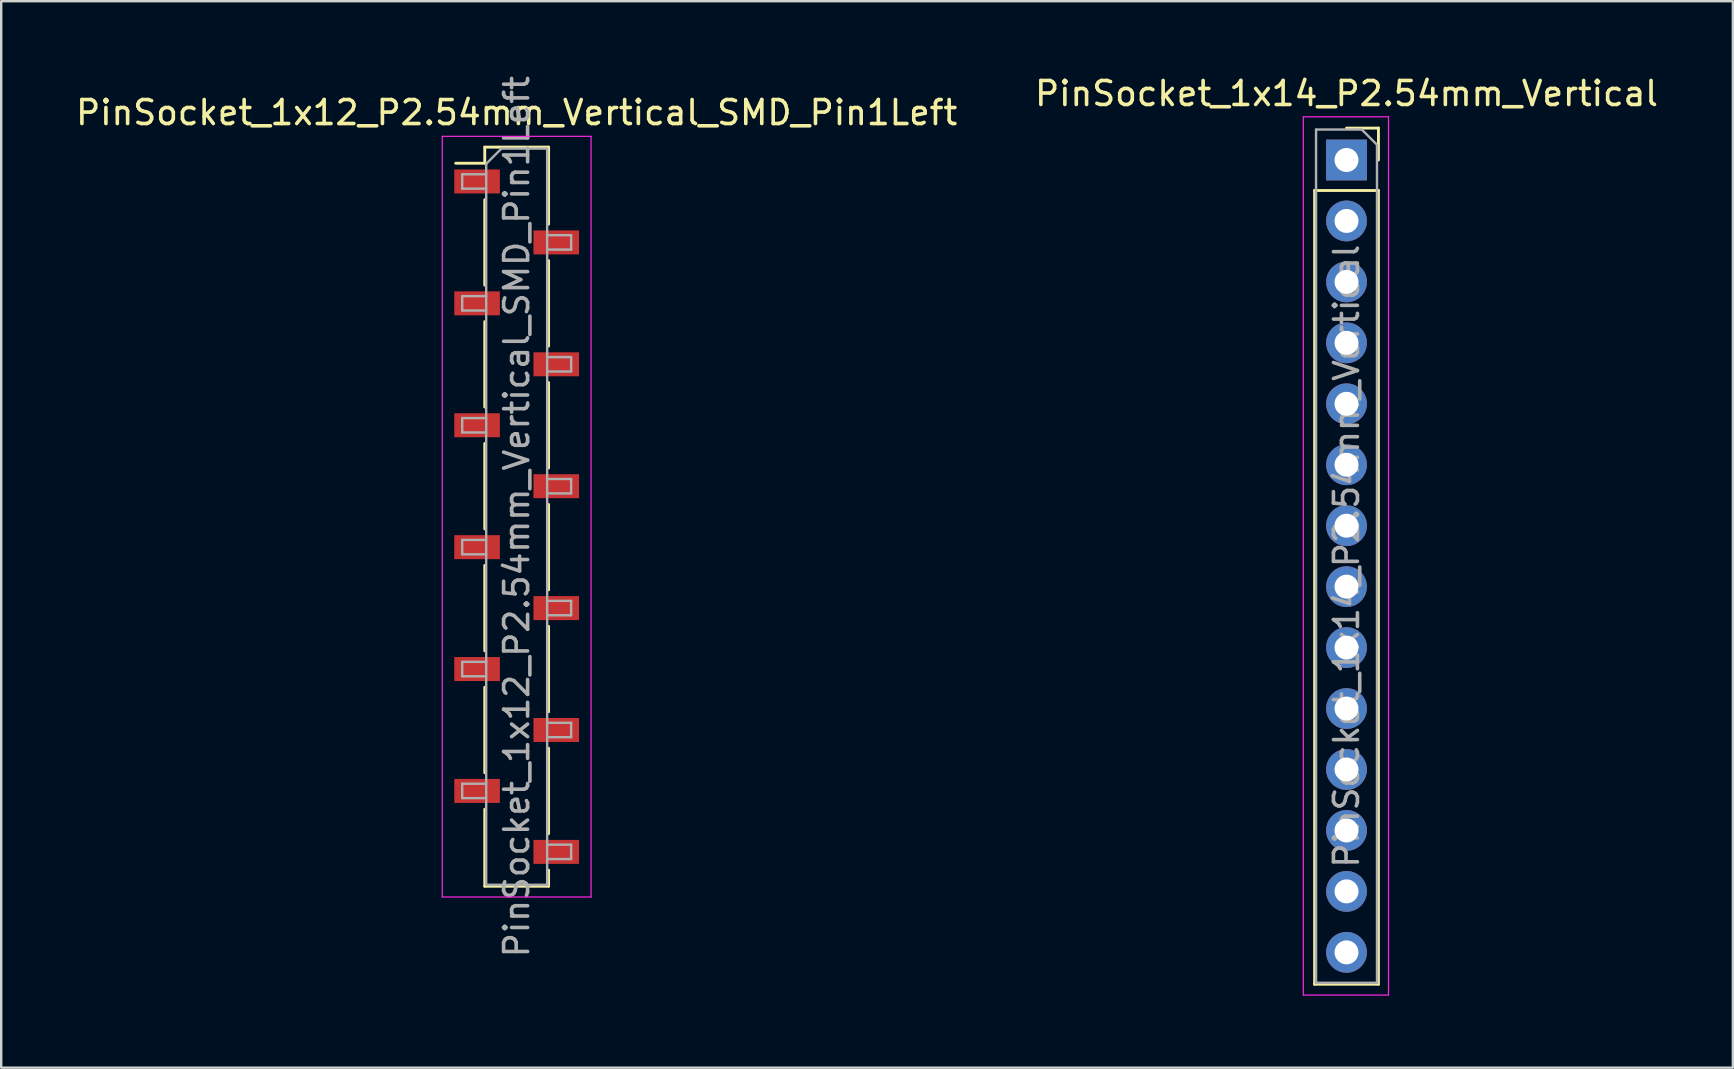
<source format=kicad_pcb>
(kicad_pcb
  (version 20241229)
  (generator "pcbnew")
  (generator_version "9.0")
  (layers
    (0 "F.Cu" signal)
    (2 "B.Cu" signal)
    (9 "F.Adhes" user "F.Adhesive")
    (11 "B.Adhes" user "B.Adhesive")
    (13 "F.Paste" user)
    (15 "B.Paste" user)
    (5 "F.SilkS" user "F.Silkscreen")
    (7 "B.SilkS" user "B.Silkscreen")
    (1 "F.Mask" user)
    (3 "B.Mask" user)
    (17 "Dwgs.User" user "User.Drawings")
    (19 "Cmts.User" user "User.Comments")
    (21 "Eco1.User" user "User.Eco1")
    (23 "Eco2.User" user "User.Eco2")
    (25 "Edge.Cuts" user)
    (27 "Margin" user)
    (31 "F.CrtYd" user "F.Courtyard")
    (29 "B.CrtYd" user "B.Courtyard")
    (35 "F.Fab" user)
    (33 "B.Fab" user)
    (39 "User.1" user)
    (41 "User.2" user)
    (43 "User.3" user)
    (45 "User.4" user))
  (footprint "PinSocket_1x14_P2.54mm_Vertical"
    (layer "F.Cu")
    (at 53.065 3.618)
    (property "Reference" "PinSocket_1x14_P2.54mm_Vertical" (at 0 -2.77 0) (layer "F.SilkS") (effects (font (size 1 1) (thickness 0.15))))
    (attr through_hole)
    (fp_line (start -1.33 1.27) (end -1.33 34.35) (stroke (width 0.12) (type solid)) (layer "F.SilkS"))
    (fp_line (start -1.33 1.27) (end 1.33 1.27) (stroke (width 0.12) (type solid)) (layer "F.SilkS"))
    (fp_line (start -1.33 34.35) (end 1.33 34.35) (stroke (width 0.12) (type solid)) (layer "F.SilkS"))
    (fp_line (start 0 -1.33) (end 1.33 -1.33) (stroke (width 0.12) (type solid)) (layer "F.SilkS"))
    (fp_line (start 1.33 -1.33) (end 1.33 0) (stroke (width 0.12) (type solid)) (layer "F.SilkS"))
    (fp_line (start 1.33 1.27) (end 1.33 34.35) (stroke (width 0.12) (type solid)) (layer "F.SilkS"))
    (fp_line (start -1.8 -1.8) (end 1.75 -1.8) (stroke (width 0.05) (type solid)) (layer "F.CrtYd"))
    (fp_line (start -1.8 34.8) (end -1.8 -1.8) (stroke (width 0.05) (type solid)) (layer "F.CrtYd"))
    (fp_line (start 1.75 -1.8) (end 1.75 34.8) (stroke (width 0.05) (type solid)) (layer "F.CrtYd"))
    (fp_line (start 1.75 34.8) (end -1.8 34.8) (stroke (width 0.05) (type solid)) (layer "F.CrtYd"))
    (fp_line (start -1.27 -1.27) (end 0.635 -1.27) (stroke (width 0.1) (type solid)) (layer "F.Fab"))
    (fp_line (start -1.27 34.29) (end -1.27 -1.27) (stroke (width 0.1) (type solid)) (layer "F.Fab"))
    (fp_line (start 0.635 -1.27) (end 1.27 -0.635) (stroke (width 0.1) (type solid)) (layer "F.Fab"))
    (fp_line (start 1.27 -0.635) (end 1.27 34.29) (stroke (width 0.1) (type solid)) (layer "F.Fab"))
    (fp_line (start 1.27 34.29) (end -1.27 34.29) (stroke (width 0.1) (type solid)) (layer "F.Fab"))
    (fp_text user "${REFERENCE}" (at 0 16.51 90) (layer "F.Fab") (effects (font (size 1 1) (thickness 0.15))))
    (pad "1" thru_hole rect (at 0 0) (size 1.7 1.7) (drill 1) (layers "*.Cu" "*.Mask"))
    (pad "2" thru_hole oval (at 0 2.54) (size 1.7 1.7) (drill 1) (layers "*.Cu" "*.Mask"))
    (pad "3" thru_hole oval (at 0 5.08) (size 1.7 1.7) (drill 1) (layers "*.Cu" "*.Mask"))
    (pad "4" thru_hole oval (at 0 7.62) (size 1.7 1.7) (drill 1) (layers "*.Cu" "*.Mask"))
    (pad "5" thru_hole oval (at 0 10.16) (size 1.7 1.7) (drill 1) (layers "*.Cu" "*.Mask"))
    (pad "6" thru_hole oval (at 0 12.7) (size 1.7 1.7) (drill 1) (layers "*.Cu" "*.Mask"))
    (pad "7" thru_hole oval (at 0 15.24) (size 1.7 1.7) (drill 1) (layers "*.Cu" "*.Mask"))
    (pad "8" thru_hole oval (at 0 17.78) (size 1.7 1.7) (drill 1) (layers "*.Cu" "*.Mask"))
    (pad "9" thru_hole oval (at 0 20.32) (size 1.7 1.7) (drill 1) (layers "*.Cu" "*.Mask"))
    (pad "10" thru_hole oval (at 0 22.86) (size 1.7 1.7) (drill 1) (layers "*.Cu" "*.Mask"))
    (pad "11" thru_hole oval (at 0 25.4) (size 1.7 1.7) (drill 1) (layers "*.Cu" "*.Mask"))
    (pad "12" thru_hole oval (at 0 27.94) (size 1.7 1.7) (drill 1) (layers "*.Cu" "*.Mask"))
    (pad "13" thru_hole oval (at 0 30.48) (size 1.7 1.7) (drill 1) (layers "*.Cu" "*.Mask"))
    (pad "14" thru_hole oval (at 0 33.02) (size 1.7 1.7) (drill 1) (layers "*.Cu" "*.Mask")))
  (footprint "PinSocket_1x12_P2.54mm_Vertical_SMD_Pin1Left"
    (layer "F.Cu")
    (at 18.482 18.482)
    (property "Reference" "PinSocket_1x12_P2.54mm_Vertical_SMD_Pin1Left" (at 0 -16.84 0) (layer "F.SilkS") (effects (font (size 1 1) (thickness 0.15))))
    (attr smd)
    (fp_line (start -2.54 -14.73) (end -1.33 -14.73) (stroke (width 0.12) (type solid)) (layer "F.SilkS"))
    (fp_line (start -1.33 -15.4) (end -1.33 -14.73) (stroke (width 0.12) (type solid)) (layer "F.SilkS"))
    (fp_line (start -1.33 -15.4) (end 1.33 -15.4) (stroke (width 0.12) (type solid)) (layer "F.SilkS"))
    (fp_line (start -1.33 -13.21) (end -1.33 -9.65) (stroke (width 0.12) (type solid)) (layer "F.SilkS"))
    (fp_line (start -1.33 -8.13) (end -1.33 -4.57) (stroke (width 0.12) (type solid)) (layer "F.SilkS"))
    (fp_line (start -1.33 -3.05) (end -1.33 0.51) (stroke (width 0.12) (type solid)) (layer "F.SilkS"))
    (fp_line (start -1.33 2.03) (end -1.33 5.59) (stroke (width 0.12) (type solid)) (layer "F.SilkS"))
    (fp_line (start -1.33 7.11) (end -1.33 10.67) (stroke (width 0.12) (type solid)) (layer "F.SilkS"))
    (fp_line (start -1.33 12.19) (end -1.33 15.4) (stroke (width 0.12) (type solid)) (layer "F.SilkS"))
    (fp_line (start -1.33 15.4) (end 1.33 15.4) (stroke (width 0.12) (type solid)) (layer "F.SilkS"))
    (fp_line (start 1.33 -15.4) (end 1.33 -12.19) (stroke (width 0.12) (type solid)) (layer "F.SilkS"))
    (fp_line (start 1.33 -10.67) (end 1.33 -7.11) (stroke (width 0.12) (type solid)) (layer "F.SilkS"))
    (fp_line (start 1.33 -5.59) (end 1.33 -2.03) (stroke (width 0.12) (type solid)) (layer "F.SilkS"))
    (fp_line (start 1.33 -0.51) (end 1.33 3.05) (stroke (width 0.12) (type solid)) (layer "F.SilkS"))
    (fp_line (start 1.33 4.57) (end 1.33 8.13) (stroke (width 0.12) (type solid)) (layer "F.SilkS"))
    (fp_line (start 1.33 9.65) (end 1.33 13.21) (stroke (width 0.12) (type solid)) (layer "F.SilkS"))
    (fp_line (start 1.33 14.73) (end 1.33 15.4) (stroke (width 0.12) (type solid)) (layer "F.SilkS"))
    (fp_line (start -3.1 -15.85) (end 3.1 -15.85) (stroke (width 0.05) (type solid)) (layer "F.CrtYd"))
    (fp_line (start -3.1 15.85) (end -3.1 -15.85) (stroke (width 0.05) (type solid)) (layer "F.CrtYd"))
    (fp_line (start 3.1 -15.85) (end 3.1 15.85) (stroke (width 0.05) (type solid)) (layer "F.CrtYd"))
    (fp_line (start 3.1 15.85) (end -3.1 15.85) (stroke (width 0.05) (type solid)) (layer "F.CrtYd"))
    (fp_line (start -2.27 -14.27) (end -1.27 -14.27) (stroke (width 0.1) (type solid)) (layer "F.Fab"))
    (fp_line (start -2.27 -13.67) (end -2.27 -14.27) (stroke (width 0.1) (type solid)) (layer "F.Fab"))
    (fp_line (start -2.27 -9.19) (end -1.27 -9.19) (stroke (width 0.1) (type solid)) (layer "F.Fab"))
    (fp_line (start -2.27 -8.59) (end -2.27 -9.19) (stroke (width 0.1) (type solid)) (layer "F.Fab"))
    (fp_line (start -2.27 -4.11) (end -1.27 -4.11) (stroke (width 0.1) (type solid)) (layer "F.Fab"))
    (fp_line (start -2.27 -3.51) (end -2.27 -4.11) (stroke (width 0.1) (type solid)) (layer "F.Fab"))
    (fp_line (start -2.27 0.97) (end -1.27 0.97) (stroke (width 0.1) (type solid)) (layer "F.Fab"))
    (fp_line (start -2.27 1.57) (end -2.27 0.97) (stroke (width 0.1) (type solid)) (layer "F.Fab"))
    (fp_line (start -2.27 6.05) (end -1.27 6.05) (stroke (width 0.1) (type solid)) (layer "F.Fab"))
    (fp_line (start -2.27 6.65) (end -2.27 6.05) (stroke (width 0.1) (type solid)) (layer "F.Fab"))
    (fp_line (start -2.27 11.13) (end -1.27 11.13) (stroke (width 0.1) (type solid)) (layer "F.Fab"))
    (fp_line (start -2.27 11.73) (end -2.27 11.13) (stroke (width 0.1) (type solid)) (layer "F.Fab"))
    (fp_line (start -1.27 -14.705) (end -0.635 -15.34) (stroke (width 0.1) (type solid)) (layer "F.Fab"))
    (fp_line (start -1.27 -13.67) (end -2.27 -13.67) (stroke (width 0.1) (type solid)) (layer "F.Fab"))
    (fp_line (start -1.27 -8.59) (end -2.27 -8.59) (stroke (width 0.1) (type solid)) (layer "F.Fab"))
    (fp_line (start -1.27 -3.51) (end -2.27 -3.51) (stroke (width 0.1) (type solid)) (layer "F.Fab"))
    (fp_line (start -1.27 1.57) (end -2.27 1.57) (stroke (width 0.1) (type solid)) (layer "F.Fab"))
    (fp_line (start -1.27 6.65) (end -2.27 6.65) (stroke (width 0.1) (type solid)) (layer "F.Fab"))
    (fp_line (start -1.27 11.73) (end -2.27 11.73) (stroke (width 0.1) (type solid)) (layer "F.Fab"))
    (fp_line (start -1.27 15.34) (end -1.27 -14.705) (stroke (width 0.1) (type solid)) (layer "F.Fab"))
    (fp_line (start -0.635 -15.34) (end 1.27 -15.34) (stroke (width 0.1) (type solid)) (layer "F.Fab"))
    (fp_line (start 1.27 -15.34) (end 1.27 15.34) (stroke (width 0.1) (type solid)) (layer "F.Fab"))
    (fp_line (start 1.27 -11.73) (end 2.27 -11.73) (stroke (width 0.1) (type solid)) (layer "F.Fab"))
    (fp_line (start 1.27 -6.65) (end 2.27 -6.65) (stroke (width 0.1) (type solid)) (layer "F.Fab"))
    (fp_line (start 1.27 -1.57) (end 2.27 -1.57) (stroke (width 0.1) (type solid)) (layer "F.Fab"))
    (fp_line (start 1.27 3.51) (end 2.27 3.51) (stroke (width 0.1) (type solid)) (layer "F.Fab"))
    (fp_line (start 1.27 8.59) (end 2.27 8.59) (stroke (width 0.1) (type solid)) (layer "F.Fab"))
    (fp_line (start 1.27 13.67) (end 2.27 13.67) (stroke (width 0.1) (type solid)) (layer "F.Fab"))
    (fp_line (start 1.27 15.34) (end -1.27 15.34) (stroke (width 0.1) (type solid)) (layer "F.Fab"))
    (fp_line (start 2.27 -11.73) (end 2.27 -11.13) (stroke (width 0.1) (type solid)) (layer "F.Fab"))
    (fp_line (start 2.27 -11.13) (end 1.27 -11.13) (stroke (width 0.1) (type solid)) (layer "F.Fab"))
    (fp_line (start 2.27 -6.65) (end 2.27 -6.05) (stroke (width 0.1) (type solid)) (layer "F.Fab"))
    (fp_line (start 2.27 -6.05) (end 1.27 -6.05) (stroke (width 0.1) (type solid)) (layer "F.Fab"))
    (fp_line (start 2.27 -1.57) (end 2.27 -0.97) (stroke (width 0.1) (type solid)) (layer "F.Fab"))
    (fp_line (start 2.27 -0.97) (end 1.27 -0.97) (stroke (width 0.1) (type solid)) (layer "F.Fab"))
    (fp_line (start 2.27 3.51) (end 2.27 4.11) (stroke (width 0.1) (type solid)) (layer "F.Fab"))
    (fp_line (start 2.27 4.11) (end 1.27 4.11) (stroke (width 0.1) (type solid)) (layer "F.Fab"))
    (fp_line (start 2.27 8.59) (end 2.27 9.19) (stroke (width 0.1) (type solid)) (layer "F.Fab"))
    (fp_line (start 2.27 9.19) (end 1.27 9.19) (stroke (width 0.1) (type solid)) (layer "F.Fab"))
    (fp_line (start 2.27 13.67) (end 2.27 14.27) (stroke (width 0.1) (type solid)) (layer "F.Fab"))
    (fp_line (start 2.27 14.27) (end 1.27 14.27) (stroke (width 0.1) (type solid)) (layer "F.Fab"))
    (fp_text user "${REFERENCE}" (at 0 0 90) (layer "F.Fab") (effects (font (size 1 1) (thickness 0.15))))
    (pad "1" smd rect (at -1.65 -13.97) (size 1.9 1) (layers "F.Cu" "F.Mask" "F.Paste"))
    (pad "2" smd rect (at 1.65 -11.43) (size 1.9 1) (layers "F.Cu" "F.Mask" "F.Paste"))
    (pad "3" smd rect (at -1.65 -8.89) (size 1.9 1) (layers "F.Cu" "F.Mask" "F.Paste"))
    (pad "4" smd rect (at 1.65 -6.35) (size 1.9 1) (layers "F.Cu" "F.Mask" "F.Paste"))
    (pad "5" smd rect (at -1.65 -3.81) (size 1.9 1) (layers "F.Cu" "F.Mask" "F.Paste"))
    (pad "6" smd rect (at 1.65 -1.27) (size 1.9 1) (layers "F.Cu" "F.Mask" "F.Paste"))
    (pad "7" smd rect (at -1.65 1.27) (size 1.9 1) (layers "F.Cu" "F.Mask" "F.Paste"))
    (pad "8" smd rect (at 1.65 3.81) (size 1.9 1) (layers "F.Cu" "F.Mask" "F.Paste"))
    (pad "9" smd rect (at -1.65 6.35) (size 1.9 1) (layers "F.Cu" "F.Mask" "F.Paste"))
    (pad "10" smd rect (at 1.65 8.89) (size 1.9 1) (layers "F.Cu" "F.Mask" "F.Paste"))
    (pad "11" smd rect (at -1.65 11.43) (size 1.9 1) (layers "F.Cu" "F.Mask" "F.Paste"))
    (pad "12" smd rect (at 1.65 13.97) (size 1.9 1) (layers "F.Cu" "F.Mask" "F.Paste")))
  (gr_rect
    (start -3 -3)
    (end 69.167 41.443)
    (stroke (width 0.1) (type default))
    (fill no)
    (layer "Edge.Cuts")))
</source>
